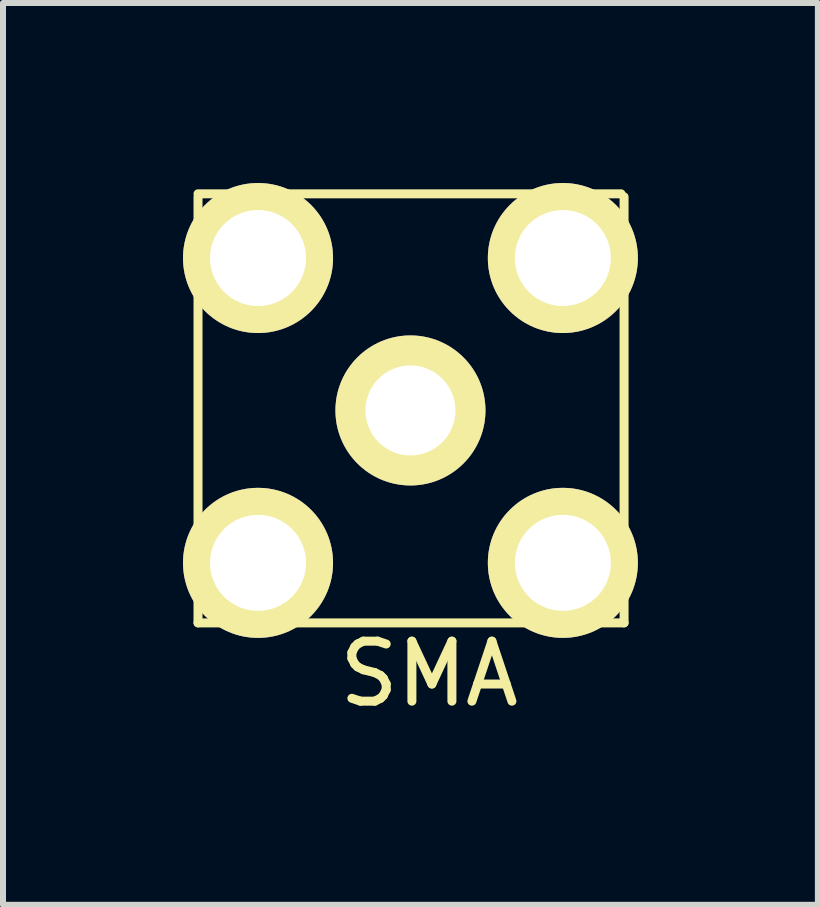
<source format=kicad_pcb>
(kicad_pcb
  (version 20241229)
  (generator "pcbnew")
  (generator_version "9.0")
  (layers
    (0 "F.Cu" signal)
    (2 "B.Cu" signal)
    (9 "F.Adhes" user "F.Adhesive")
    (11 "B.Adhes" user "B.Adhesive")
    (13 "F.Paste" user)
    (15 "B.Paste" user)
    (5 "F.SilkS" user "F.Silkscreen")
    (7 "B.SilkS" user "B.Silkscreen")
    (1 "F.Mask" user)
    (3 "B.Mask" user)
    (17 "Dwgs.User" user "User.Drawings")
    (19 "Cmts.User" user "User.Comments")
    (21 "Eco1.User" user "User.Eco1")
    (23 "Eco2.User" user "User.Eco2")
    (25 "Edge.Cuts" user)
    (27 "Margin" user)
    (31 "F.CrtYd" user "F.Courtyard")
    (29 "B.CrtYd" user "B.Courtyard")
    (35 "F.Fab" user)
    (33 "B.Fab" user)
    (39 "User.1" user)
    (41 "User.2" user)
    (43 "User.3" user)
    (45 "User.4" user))
  (footprint "SMA"
    (layer "F.Cu")
    (at 1.25 6.33)
    (property "Reference" "SMA" (at 2.85 1.85 0) (layer "F.SilkS") (effects (font (size 1 1) (thickness 0.15))))
    (attr through_hole)
    (fp_line (start -1 -6.15) (end 6.05 -6.15) (stroke (width 0.15) (type solid)) (layer "F.SilkS"))
    (fp_line (start -1 1) (end -1 -6.1) (stroke (width 0.15) (type solid)) (layer "F.SilkS"))
    (fp_line (start 6.1 -6.1) (end 6.1 1) (stroke (width 0.15) (type solid)) (layer "F.SilkS"))
    (fp_line (start 6.1 1) (end -1 1) (stroke (width 0.15) (type solid)) (layer "F.SilkS"))
    (pad "0" thru_hole circle (at 5.08 -5.08) (size 2.5 2.5) (drill 1.6) (layers "*.Cu" "*.Mask" "F.SilkS"))
    (pad "0" thru_hole circle (at 5.08 0) (size 2.5 2.5) (drill 1.6) (layers "*.Cu" "*.Mask" "F.SilkS"))
    (pad "1" thru_hole circle (at 2.54 -2.54) (size 2.5 2.5) (drill 1.5) (layers "*.Cu" "*.Mask" "F.SilkS"))
    (pad "2" thru_hole circle (at 0 -5.08) (size 2.5 2.5) (drill 1.6) (layers "*.Cu" "*.Mask" "F.SilkS"))
    (pad "2" thru_hole circle (at 0 0) (size 2.5 2.5) (drill 1.6) (layers "*.Cu" "*.Mask" "F.SilkS")))
  (gr_rect
    (start -3 -3)
    (end 10.58 12.028)
    (stroke (width 0.1) (type default))
    (fill no)
    (layer "Edge.Cuts")))
</source>
